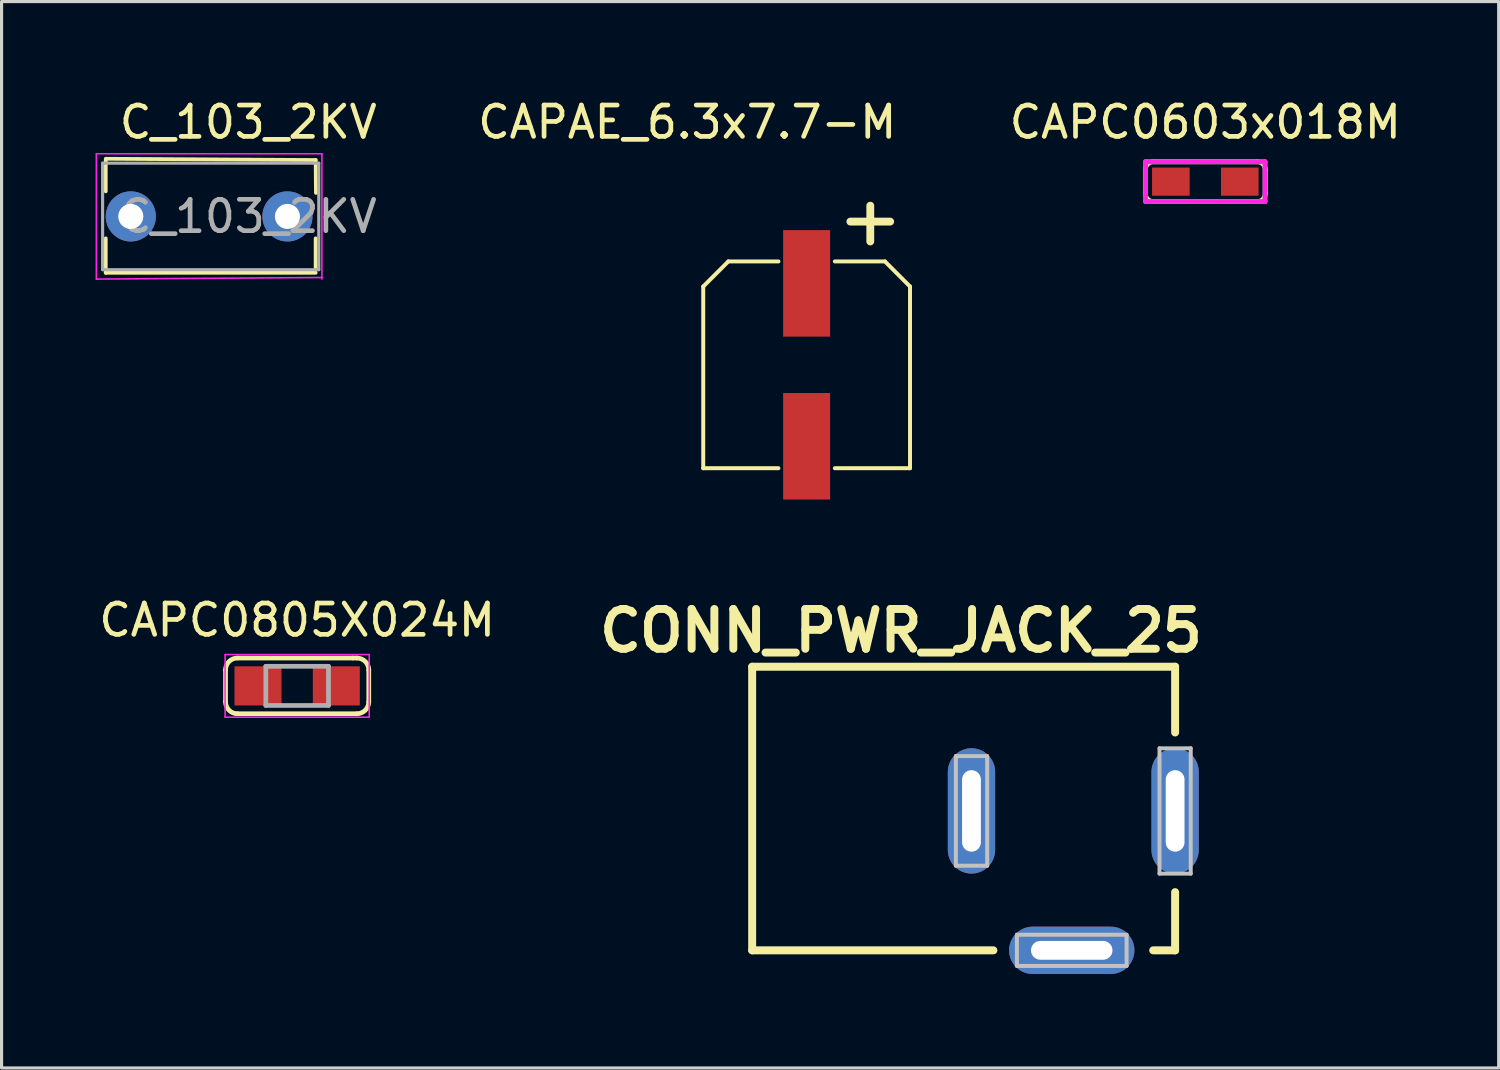
<source format=kicad_pcb>
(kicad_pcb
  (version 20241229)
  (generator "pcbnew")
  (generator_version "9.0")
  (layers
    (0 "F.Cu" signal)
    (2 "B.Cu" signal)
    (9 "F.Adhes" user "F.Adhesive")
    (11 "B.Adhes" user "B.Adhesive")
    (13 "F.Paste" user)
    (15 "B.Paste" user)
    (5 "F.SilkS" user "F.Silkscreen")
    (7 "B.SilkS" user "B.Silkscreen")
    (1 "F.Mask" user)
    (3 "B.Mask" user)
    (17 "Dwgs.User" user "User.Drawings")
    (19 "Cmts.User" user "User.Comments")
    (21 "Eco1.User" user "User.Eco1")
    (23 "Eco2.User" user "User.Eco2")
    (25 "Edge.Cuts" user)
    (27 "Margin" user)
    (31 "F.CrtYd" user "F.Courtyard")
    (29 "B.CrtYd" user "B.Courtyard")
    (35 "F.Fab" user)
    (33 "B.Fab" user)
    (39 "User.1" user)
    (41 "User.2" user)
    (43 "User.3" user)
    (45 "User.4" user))
  (footprint "CAPC0805X024M"
    (layer "F.Cu")
    (at 6.435 18.843)
    (property "Reference" "CAPC0805X024M" (at 0 -2.1 0) (layer "F.SilkS") (effects (font (size 1 1) (thickness 0.15))))
    (attr smd)
    (fp_line (start -2.286 -0.508) (end -2.286 0.508) (stroke (width 0.15) (type solid)) (layer "F.SilkS"))
    (fp_line (start -1.905 0.889) (end 1.905 0.889) (stroke (width 0.15) (type solid)) (layer "F.SilkS"))
    (fp_line (start 1.778 -0.889) (end -1.905 -0.889) (stroke (width 0.15) (type solid)) (layer "F.SilkS"))
    (fp_line (start 1.778 -0.889) (end 1.905 -0.889) (stroke (width 0.15) (type solid)) (layer "F.SilkS"))
    (fp_line (start 2.286 0.508) (end 2.286 -0.508) (stroke (width 0.15) (type solid)) (layer "F.SilkS"))
    (fp_arc (start -2.286 -0.508) (mid -2.174408 -0.777408) (end -1.905 -0.889) (stroke (width 0.15) (type solid)) (layer "F.SilkS"))
    (fp_arc (start -1.905 0.889) (mid -2.174408 0.777408) (end -2.286 0.508) (stroke (width 0.15) (type solid)) (layer "F.SilkS"))
    (fp_arc (start 1.905 -0.889) (mid 2.174408 -0.777408) (end 2.286 -0.508) (stroke (width 0.15) (type solid)) (layer "F.SilkS"))
    (fp_arc (start 2.286 0.508) (mid 2.174408 0.777408) (end 1.905 0.889) (stroke (width 0.15) (type solid)) (layer "F.SilkS"))
    (fp_line (start -2.3 -1) (end -2.3 1) (stroke (width 0.05) (type solid)) (layer "F.CrtYd"))
    (fp_line (start -2.3 -1) (end 2.3 -1) (stroke (width 0.05) (type solid)) (layer "F.CrtYd"))
    (fp_line (start -2.3 1) (end 2.3 1) (stroke (width 0.05) (type solid)) (layer "F.CrtYd"))
    (fp_line (start 2.3 -1) (end 2.3 1) (stroke (width 0.05) (type solid)) (layer "F.CrtYd"))
    (fp_line (start -1 -0.625) (end 1 -0.625) (stroke (width 0.15) (type solid)) (layer "F.Fab"))
    (fp_line (start -1 0.625) (end -1 -0.625) (stroke (width 0.15) (type solid)) (layer "F.Fab"))
    (fp_line (start 1 -0.625) (end 1 0.625) (stroke (width 0.15) (type solid)) (layer "F.Fab"))
    (fp_line (start 1 0.625) (end -1 0.625) (stroke (width 0.15) (type solid)) (layer "F.Fab"))
    (pad "1" smd rect (at -1.25 0) (size 1.5 1.25) (layers "F.Cu" "F.Mask" "F.Paste"))
    (pad "2" smd rect (at 1.25 0) (size 1.5 1.25) (layers "F.Cu" "F.Mask" "F.Paste")))
  (footprint "C_103_2KV"
    (layer "F.Cu")
    (at 1.125 3.858)
    (property "Reference" "C_103_2KV" (at 3.75 -3.01 0) (layer "F.SilkS") (effects (font (size 1 1) (thickness 0.15))))
    (attr through_hole)
    (fp_line (start -0.8 -1.84) (end 5.9 -1.8) (stroke (width 0.12) (type solid)) (layer "F.SilkS"))
    (fp_line (start -0.8 -1.8) (end -0.8 -0.8) (stroke (width 0.12) (type solid)) (layer "F.SilkS"))
    (fp_line (start -0.8 0.7) (end -0.8 1.8) (stroke (width 0.12) (type solid)) (layer "F.SilkS"))
    (fp_line (start -0.8 1.8) (end 5.9 1.8) (stroke (width 0.12) (type solid)) (layer "F.SilkS"))
    (fp_line (start 5.9 -1.8) (end 5.91 -0.75) (stroke (width 0.12) (type solid)) (layer "F.SilkS"))
    (fp_line (start 5.9 0.7) (end 5.9 1.71) (stroke (width 0.12) (type solid)) (layer "F.SilkS"))
    (fp_line (start -1.1 -2) (end -1.1 2) (stroke (width 0.05) (type solid)) (layer "F.CrtYd"))
    (fp_line (start -1.1 2) (end 6.1 1.95) (stroke (width 0.05) (type solid)) (layer "F.CrtYd"))
    (fp_line (start 6.1 -2) (end -1.1 -2) (stroke (width 0.05) (type solid)) (layer "F.CrtYd"))
    (fp_line (start 6.1 2) (end 6.1 -2) (stroke (width 0.05) (type solid)) (layer "F.CrtYd"))
    (fp_line (start -0.9 -1.7) (end -0.9 1.7) (stroke (width 0.1) (type solid)) (layer "F.Fab"))
    (fp_line (start -0.9 1.7) (end 6 1.7) (stroke (width 0.1) (type solid)) (layer "F.Fab"))
    (fp_line (start 6 -1.7) (end -0.9 -1.7) (stroke (width 0.1) (type solid)) (layer "F.Fab"))
    (fp_line (start 6 1.7) (end 6 -1.7) (stroke (width 0.1) (type solid)) (layer "F.Fab"))
    (fp_text user "${REFERENCE}" (at 3.75 0 0) (layer "F.Fab") (effects (font (size 1 1) (thickness 0.15))))
    (pad "1" thru_hole circle (at 0 0) (size 1.6 1.6) (drill 0.8) (layers "*.Cu" "*.Mask"))
    (pad "2" thru_hole circle (at 5 0) (size 1.6 1.6) (drill 0.8) (layers "*.Cu" "*.Mask")))
  (footprint "CAPC0603x018M"
    (layer "F.Cu")
    (at 35.423 2.748)
    (property "Reference" "CAPC0603x018M" (at 0 -1.9 0) (layer "F.SilkS") (effects (font (size 1 1) (thickness 0.15))))
    (attr smd)
    (fp_line (start -1.915 0.381) (end -1.915 -0.381) (stroke (width 0.15) (type solid)) (layer "F.SilkS"))
    (fp_line (start -1.651 -0.635) (end 1.651 -0.635) (stroke (width 0.15) (type solid)) (layer "F.SilkS"))
    (fp_line (start -1.651 0.635) (end 1.651 0.635) (stroke (width 0.15) (type solid)) (layer "F.SilkS"))
    (fp_line (start 1.915 -0.381) (end 1.915 0.381) (stroke (width 0.15) (type solid)) (layer "F.SilkS"))
    (fp_arc (start -1.9145 -0.381) (mid -1.840105 -0.560605) (end -1.6605 -0.635) (stroke (width 0.15) (type solid)) (layer "F.SilkS"))
    (fp_arc (start -1.6605 0.635) (mid -1.840105 0.560605) (end -1.9145 0.381) (stroke (width 0.15) (type solid)) (layer "F.SilkS"))
    (fp_arc (start 1.6605 -0.635) (mid 1.840105 -0.560605) (end 1.9145 -0.381) (stroke (width 0.15) (type solid)) (layer "F.SilkS"))
    (fp_arc (start 1.9145 0.381) (mid 1.840105 0.560605) (end 1.6605 0.635) (stroke (width 0.15) (type solid)) (layer "F.SilkS"))
    (fp_line (start -1.905 -0.635) (end 1.905 -0.635) (stroke (width 0.15) (type solid)) (layer "F.CrtYd"))
    (fp_line (start -1.905 0.635) (end -1.905 -0.635) (stroke (width 0.15) (type solid)) (layer "F.CrtYd"))
    (fp_line (start 1.905 -0.635) (end 1.905 0.635) (stroke (width 0.15) (type solid)) (layer "F.CrtYd"))
    (fp_line (start 1.905 0.635) (end -1.905 0.635) (stroke (width 0.15) (type solid)) (layer "F.CrtYd"))
    (fp_line (start -1.905 -0.635) (end 1.905 -0.635) (stroke (width 0.15) (type solid)) (layer "F.Fab"))
    (fp_line (start -1.905 0.635) (end -1.905 -0.635) (stroke (width 0.15) (type solid)) (layer "F.Fab"))
    (fp_line (start 1.905 -0.635) (end 1.905 0.635) (stroke (width 0.15) (type solid)) (layer "F.Fab"))
    (fp_line (start 1.905 0.635) (end -1.905 0.635) (stroke (width 0.15) (type solid)) (layer "F.Fab"))
    (pad "1" smd rect (at -1.1 0) (size 1.2 0.9) (layers "F.Cu" "F.Mask" "F.Paste"))
    (pad "2" smd rect (at 1.1 0) (size 1.2 0.9) (layers "F.Cu" "F.Mask" "F.Paste")))
  (footprint "CAPAE_6.3x7.7-M"
    (layer "F.Cu")
    (at 22.697 8.595)
    (property "Reference" "CAPAE_6.3x7.7-M" (at -3.81 -7.747 0) (layer "F.SilkS") (effects (font (size 1 1) (thickness 0.15))))
    (attr smd)
    (fp_line (start -3.3 -2.5) (end -3.3 3.3) (stroke (width 0.127) (type solid)) (layer "F.SilkS"))
    (fp_line (start -3.3 -2.5) (end -2.5 -3.3) (stroke (width 0.127) (type solid)) (layer "F.SilkS"))
    (fp_line (start -3.3 3.3) (end -0.9 3.3) (stroke (width 0.127) (type solid)) (layer "F.SilkS"))
    (fp_line (start -2.5 -3.3) (end -0.9 -3.3) (stroke (width 0.127) (type solid)) (layer "F.SilkS"))
    (fp_line (start 0.9 -3.3) (end 2.5 -3.3) (stroke (width 0.127) (type solid)) (layer "F.SilkS"))
    (fp_line (start 0.9 3.3) (end 3.3 3.3) (stroke (width 0.127) (type solid)) (layer "F.SilkS"))
    (fp_line (start 1.397 -4.572) (end 2.667 -4.572) (stroke (width 0.25) (type solid)) (layer "F.SilkS"))
    (fp_line (start 2.032 -5.08) (end 2.032 -3.937) (stroke (width 0.25) (type solid)) (layer "F.SilkS"))
    (fp_line (start 2.5 -3.3) (end 3.3 -2.5) (stroke (width 0.127) (type solid)) (layer "F.SilkS"))
    (fp_line (start 3.3 -2.5) (end 3.3 3.3) (stroke (width 0.127) (type solid)) (layer "F.SilkS"))
    (pad "1" smd rect (at 0 -2.6) (size 1.5 3.4) (layers "F.Cu" "F.Mask" "F.Paste"))
    (pad "2" smd rect (at 0 2.6) (size 1.5 3.4) (layers "F.Cu" "F.Mask" "F.Paste")))
  (footprint "CONN_PWR_JACK_25"
    (layer "F.Cu")
    (at 34.459 27.584)
    (property "Reference" "CONN_PWR_JACK_25" (at -8.75 -10.5 0) (layer "F.SilkS") (effects (font (size 1.27 1.27) (thickness 0.254))))
    (attr smd)
    (fp_line (start -13.5 -9.352) (end -13.5 -0.3) (stroke (width 0.254) (type solid)) (layer "F.SilkS"))
    (fp_line (start -13.5 -0.3) (end -5.8 -0.3) (stroke (width 0.254) (type solid)) (layer "F.SilkS"))
    (fp_line (start 0 -9.352) (end -13.5 -9.352) (stroke (width 0.254) (type solid)) (layer "F.SilkS"))
    (fp_line (start 0 -9.352) (end 0 -7.254) (stroke (width 0.254) (type solid)) (layer "F.SilkS"))
    (fp_line (start 0 -0.3) (end -0.7 -0.3) (stroke (width 0.254) (type solid)) (layer "F.SilkS"))
    (fp_line (start 0 -0.3) (end 0 -2.158) (stroke (width 0.254) (type solid)) (layer "F.SilkS"))
    (fp_line (start -6.998 -6.5) (end -6.998 -3) (stroke (width 0.127) (type solid)) (layer "Dwgs.User"))
    (fp_line (start -6.998 -3) (end -5.999 -3) (stroke (width 0.127) (type solid)) (layer "Dwgs.User"))
    (fp_line (start -5.999 -6.5) (end -6.998 -6.5) (stroke (width 0.127) (type solid)) (layer "Dwgs.User"))
    (fp_line (start -5.999 -3) (end -5.999 -6.5) (stroke (width 0.127) (type solid)) (layer "Dwgs.User"))
    (fp_line (start -5.05 -0.798) (end -5.05 0.198) (stroke (width 0.127) (type solid)) (layer "Dwgs.User"))
    (fp_line (start -5.05 0.198) (end -1.549 0.198) (stroke (width 0.127) (type solid)) (layer "Dwgs.User"))
    (fp_line (start -1.549 -0.798) (end -5.05 -0.798) (stroke (width 0.127) (type solid)) (layer "Dwgs.User"))
    (fp_line (start -1.549 0.198) (end -1.549 -0.798) (stroke (width 0.127) (type solid)) (layer "Dwgs.User"))
    (fp_line (start -0.498 -6.749) (end -0.498 -2.748) (stroke (width 0.127) (type solid)) (layer "Dwgs.User"))
    (fp_line (start -0.498 -2.748) (end 0.498 -2.748) (stroke (width 0.127) (type solid)) (layer "Dwgs.User"))
    (fp_line (start 0.498 -6.749) (end -0.498 -6.749) (stroke (width 0.127) (type solid)) (layer "Dwgs.User"))
    (fp_line (start 0.498 -2.748) (end 0.498 -6.749) (stroke (width 0.127) (type solid)) (layer "Dwgs.User"))
    (pad "1" thru_hole oval (at 0 -4.75) (size 1.51 4) (drill oval 0.6 2.6) (layers "*.Cu" "*.Mask"))
    (pad "2" thru_hole oval (at -6.5 -4.75) (size 1.51 4) (drill oval 0.6 2.6) (layers "*.Cu" "*.Mask"))
    (pad "3" thru_hole oval (at -3.3 -0.3) (size 4 1.51) (drill oval 2.6 0.6) (layers "*.Cu" "*.Mask")))
  (gr_rect
    (start -3 -3)
    (end 44.787 31.039)
    (stroke (width 0.1) (type default))
    (fill no)
    (layer "Edge.Cuts")))
</source>
